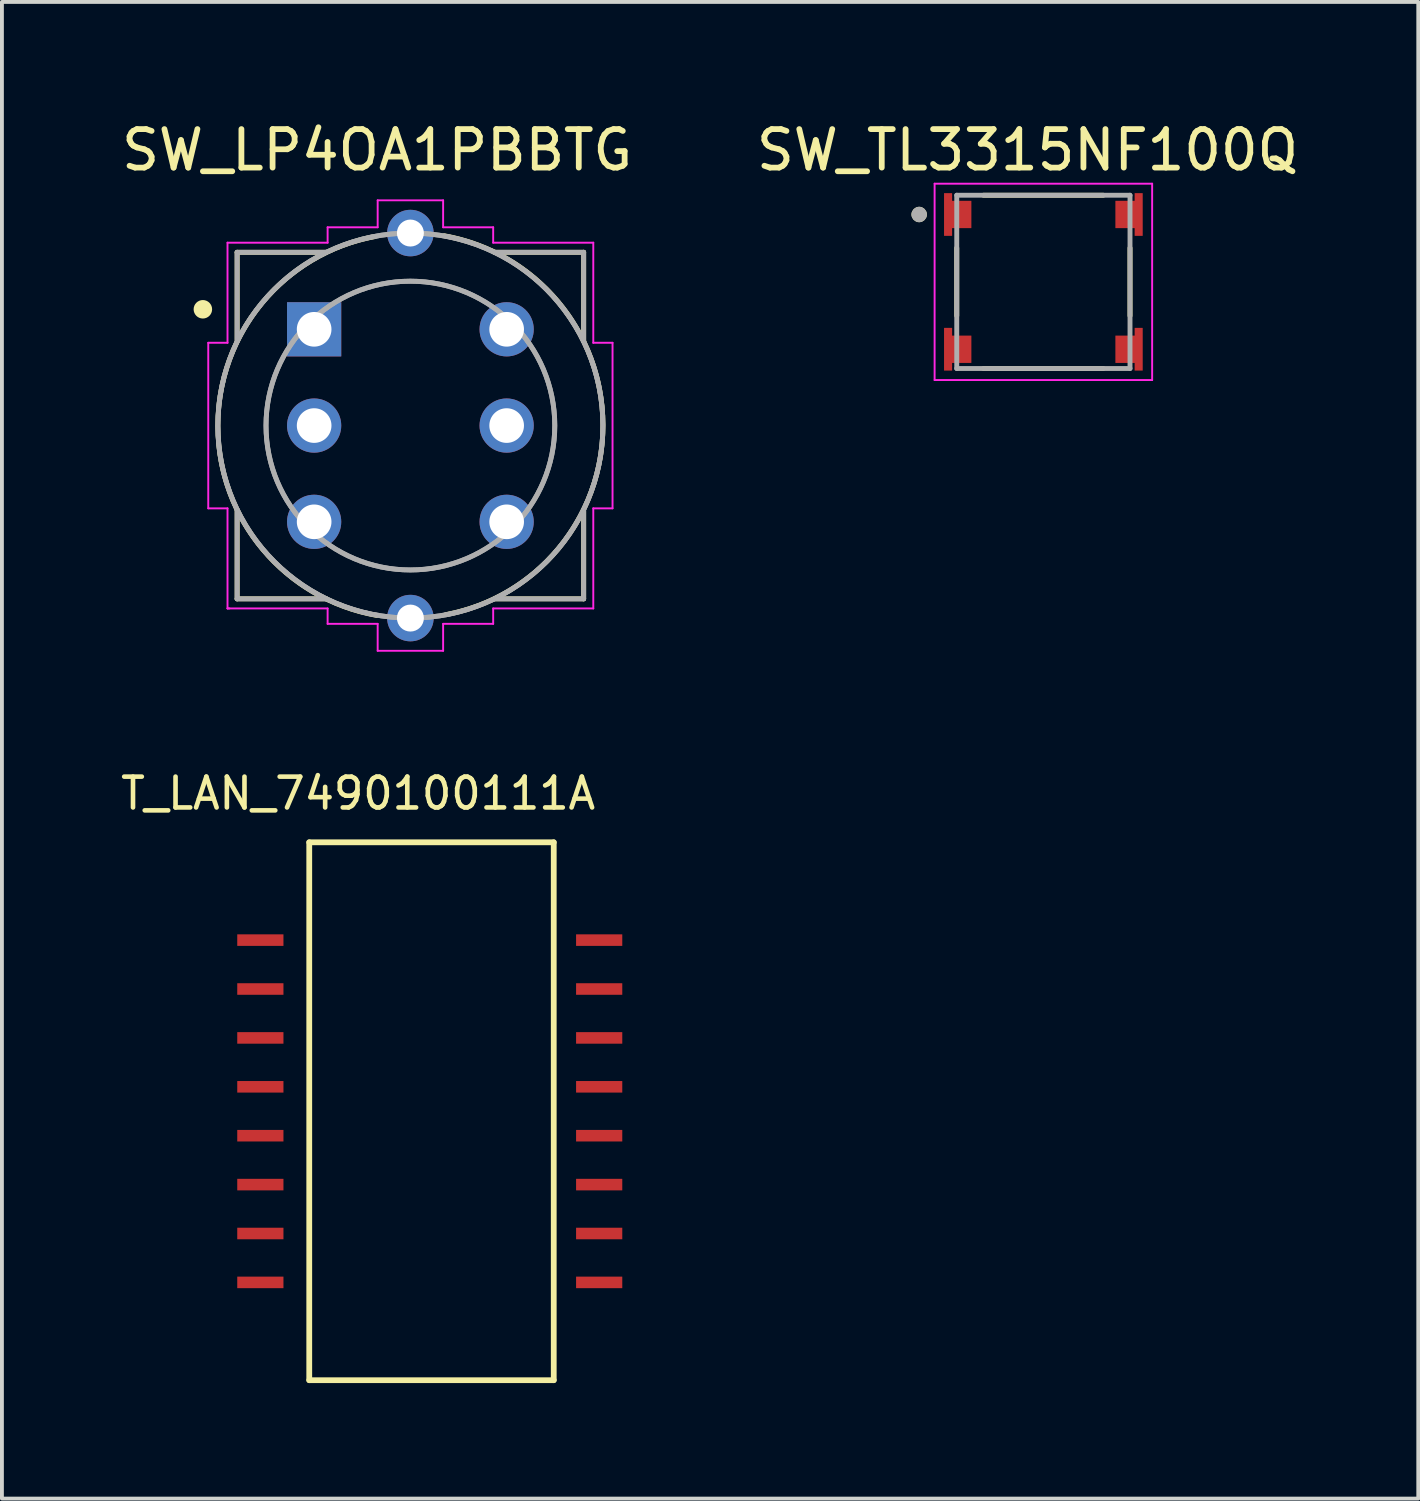
<source format=kicad_pcb>
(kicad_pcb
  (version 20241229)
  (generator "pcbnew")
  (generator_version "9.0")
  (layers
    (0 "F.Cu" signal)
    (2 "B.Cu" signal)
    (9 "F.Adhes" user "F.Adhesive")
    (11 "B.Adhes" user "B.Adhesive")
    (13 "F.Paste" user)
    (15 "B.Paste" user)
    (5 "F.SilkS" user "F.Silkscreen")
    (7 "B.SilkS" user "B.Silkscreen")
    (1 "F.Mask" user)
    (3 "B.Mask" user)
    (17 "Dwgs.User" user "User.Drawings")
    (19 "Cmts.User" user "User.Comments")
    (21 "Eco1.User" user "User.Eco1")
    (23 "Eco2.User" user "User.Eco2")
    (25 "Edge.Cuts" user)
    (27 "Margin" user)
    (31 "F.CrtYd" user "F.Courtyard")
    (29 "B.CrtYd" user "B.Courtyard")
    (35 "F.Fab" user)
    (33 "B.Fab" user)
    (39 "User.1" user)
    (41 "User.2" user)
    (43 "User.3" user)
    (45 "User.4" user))
  (footprint "SW_LP4OA1PBBTG"
    (layer "F.Cu")
    (at 7.609 8.003)
    (property "Reference" "SW_LP4OA1PBBTG" (at -0.865 -7.155 0) (layer "F.SilkS") (effects (font (size 1 1) (thickness 0.15))))
    (attr through_hole)
    (fp_line (start -4.5 -4.5) (end -2.19 -4.5) (stroke (width 0.127) (type solid)) (layer "F.SilkS"))
    (fp_line (start -4.5 -2.23) (end -4.5 -4.5) (stroke (width 0.127) (type solid)) (layer "F.SilkS"))
    (fp_line (start -4.5 4.5) (end -4.5 2.19) (stroke (width 0.127) (type solid)) (layer "F.SilkS"))
    (fp_line (start -2.18 4.5) (end -4.5 4.5) (stroke (width 0.127) (type solid)) (layer "F.SilkS"))
    (fp_line (start 2.18 -4.5) (end 4.5 -4.5) (stroke (width 0.127) (type solid)) (layer "F.SilkS"))
    (fp_line (start 4.5 -4.5) (end 4.5 -2.19) (stroke (width 0.127) (type solid)) (layer "F.SilkS"))
    (fp_line (start 4.5 2.23) (end 4.5 4.5) (stroke (width 0.127) (type solid)) (layer "F.SilkS"))
    (fp_line (start 4.5 4.5) (end 2.19 4.5) (stroke (width 0.127) (type solid)) (layer "F.SilkS"))
    (fp_arc (start -0.879999 4.929999) (mid -5.001626 0.026673) (end -0.92 -4.91) (stroke (width 0.127) (type solid)) (layer "F.SilkS"))
    (fp_arc (start 0.879999 -4.929999) (mid 5.001626 -0.026673) (end 0.92 4.91) (stroke (width 0.127) (type solid)) (layer "F.SilkS"))
    (fp_circle (center -5.39 -3.02) (end -5.27 -3.02) (stroke (width 0.24) (type solid)) (fill no) (layer "F.SilkS"))
    (fp_line (start -5.25 -2.15) (end -4.75 -2.15) (stroke (width 0.05) (type solid)) (layer "F.CrtYd"))
    (fp_line (start -5.25 2.15) (end -5.25 -2.15) (stroke (width 0.05) (type solid)) (layer "F.CrtYd"))
    (fp_line (start -4.75 -4.75) (end -2.15 -4.75) (stroke (width 0.05) (type solid)) (layer "F.CrtYd"))
    (fp_line (start -4.75 -2.15) (end -4.75 -4.75) (stroke (width 0.05) (type solid)) (layer "F.CrtYd"))
    (fp_line (start -4.75 2.15) (end -5.25 2.15) (stroke (width 0.05) (type solid)) (layer "F.CrtYd"))
    (fp_line (start -4.75 4.75) (end -4.75 2.15) (stroke (width 0.05) (type solid)) (layer "F.CrtYd"))
    (fp_line (start -4.75 4.75) (end -4.7 4.75) (stroke (width 0.05) (type solid)) (layer "F.CrtYd"))
    (fp_line (start -2.15 -5.15) (end -0.85 -5.15) (stroke (width 0.05) (type solid)) (layer "F.CrtYd"))
    (fp_line (start -2.15 -4.75) (end -2.15 -5.15) (stroke (width 0.05) (type solid)) (layer "F.CrtYd"))
    (fp_line (start -2.15 4.75) (end -4.75 4.75) (stroke (width 0.05) (type solid)) (layer "F.CrtYd"))
    (fp_line (start -2.15 5.15) (end -2.15 4.75) (stroke (width 0.05) (type solid)) (layer "F.CrtYd"))
    (fp_line (start -0.85 -5.85) (end 0.85 -5.85) (stroke (width 0.05) (type solid)) (layer "F.CrtYd"))
    (fp_line (start -0.85 -5.15) (end -0.85 -5.85) (stroke (width 0.05) (type solid)) (layer "F.CrtYd"))
    (fp_line (start -0.85 5.15) (end -2.15 5.15) (stroke (width 0.05) (type solid)) (layer "F.CrtYd"))
    (fp_line (start -0.85 5.85) (end -0.85 5.15) (stroke (width 0.05) (type solid)) (layer "F.CrtYd"))
    (fp_line (start 0.85 -5.85) (end 0.85 -5.15) (stroke (width 0.05) (type solid)) (layer "F.CrtYd"))
    (fp_line (start 0.85 -5.15) (end 2.15 -5.15) (stroke (width 0.05) (type solid)) (layer "F.CrtYd"))
    (fp_line (start 0.85 5.15) (end 0.85 5.85) (stroke (width 0.05) (type solid)) (layer "F.CrtYd"))
    (fp_line (start 0.85 5.85) (end -0.85 5.85) (stroke (width 0.05) (type solid)) (layer "F.CrtYd"))
    (fp_line (start 2.15 -5.15) (end 2.15 -4.75) (stroke (width 0.05) (type solid)) (layer "F.CrtYd"))
    (fp_line (start 2.15 -4.75) (end 4.75 -4.75) (stroke (width 0.05) (type solid)) (layer "F.CrtYd"))
    (fp_line (start 2.15 4.75) (end 2.15 5.15) (stroke (width 0.05) (type solid)) (layer "F.CrtYd"))
    (fp_line (start 2.15 5.15) (end 0.85 5.15) (stroke (width 0.05) (type solid)) (layer "F.CrtYd"))
    (fp_line (start 4.75 -4.75) (end 4.75 -2.15) (stroke (width 0.05) (type solid)) (layer "F.CrtYd"))
    (fp_line (start 4.75 -2.15) (end 5.25 -2.15) (stroke (width 0.05) (type solid)) (layer "F.CrtYd"))
    (fp_line (start 4.75 2.15) (end 4.75 4.75) (stroke (width 0.05) (type solid)) (layer "F.CrtYd"))
    (fp_line (start 4.75 4.75) (end 2.15 4.75) (stroke (width 0.05) (type solid)) (layer "F.CrtYd"))
    (fp_line (start 5.25 -2.15) (end 5.25 2.15) (stroke (width 0.05) (type solid)) (layer "F.CrtYd"))
    (fp_line (start 5.25 2.15) (end 4.75 2.15) (stroke (width 0.05) (type solid)) (layer "F.CrtYd"))
    (fp_line (start -4.5 -4.5) (end -2.19 -4.5) (stroke (width 0.127) (type solid)) (layer "F.Fab"))
    (fp_line (start -4.5 -2.19) (end -4.5 -4.5) (stroke (width 0.127) (type solid)) (layer "F.Fab"))
    (fp_line (start -4.5 2.19) (end -4.5 4.5) (stroke (width 0.127) (type solid)) (layer "F.Fab"))
    (fp_line (start -4.5 4.5) (end -2.19 4.5) (stroke (width 0.127) (type solid)) (layer "F.Fab"))
    (fp_line (start 2.19 -4.5) (end 4.5 -4.5) (stroke (width 0.127) (type solid)) (layer "F.Fab"))
    (fp_line (start 2.19 4.5) (end 4.5 4.5) (stroke (width 0.127) (type solid)) (layer "F.Fab"))
    (fp_line (start 4.5 -4.5) (end 4.5 -2.19) (stroke (width 0.127) (type solid)) (layer "F.Fab"))
    (fp_line (start 4.5 4.5) (end 4.5 2.19) (stroke (width 0.127) (type solid)) (layer "F.Fab"))
    (fp_circle (center 0 0) (end 3.75 0) (stroke (width 0.127) (type solid)) (fill no) (layer "F.Fab"))
    (fp_circle (center 0 0) (end 3.75 0) (stroke (width 0.127) (type solid)) (fill no) (layer "F.Fab"))
    (fp_circle (center 0 0) (end 5 0) (stroke (width 0.127) (type solid)) (fill no) (layer "F.Fab"))
    (fp_circle (center 0 0) (end 5 0) (stroke (width 0.127) (type solid)) (fill no) (layer "F.Fab"))
    (pad "1" thru_hole rect (at -2.5 -2.5) (size 1.408 1.408) (drill 0.9) (layers "*.Cu" "*.Mask"))
    (pad "2" thru_hole circle (at -2.5 0) (size 1.408 1.408) (drill 0.9) (layers "*.Cu" "*.Mask"))
    (pad "3" thru_hole circle (at -2.5 2.5) (size 1.408 1.408) (drill 0.9) (layers "*.Cu" "*.Mask"))
    (pad "4" thru_hole circle (at 2.5 -2.5) (size 1.408 1.408) (drill 0.9) (layers "*.Cu" "*.Mask"))
    (pad "5" thru_hole circle (at 2.5 0) (size 1.408 1.408) (drill 0.9) (layers "*.Cu" "*.Mask"))
    (pad "6" thru_hole circle (at 2.5 2.5) (size 1.408 1.408) (drill 0.9) (layers "*.Cu" "*.Mask"))
    (pad "L1" thru_hole circle (at 0 -5) (size 1.208 1.208) (drill 0.7) (layers "*.Cu" "*.Mask"))
    (pad "L2" thru_hole circle (at 0 5) (size 1.208 1.208) (drill 0.7) (layers "*.Cu" "*.Mask")))
  (footprint "T_LAN_7490100111A"
    (layer "F.Cu")
    (at 3.712 21.367)
    (property "Reference" "T_LAN_7490100111A" (at 2.54 -3.81 0) (layer "F.SilkS") (effects (font (size 0.8 0.8) (thickness 0.12))))
    (attr through_hole)
    (fp_line (start 1.27 -2.54) (end 7.62 -2.54) (stroke (width 0.15) (type solid)) (layer "F.SilkS"))
    (fp_line (start 1.27 11.43) (end 1.27 -2.54) (stroke (width 0.15) (type solid)) (layer "F.SilkS"))
    (fp_line (start 7.62 -2.54) (end 7.62 11.43) (stroke (width 0.15) (type solid)) (layer "F.SilkS"))
    (fp_line (start 7.62 11.43) (end 1.27 11.43) (stroke (width 0.15) (type solid)) (layer "F.SilkS"))
    (pad "1" smd rect (at 0 0) (size 1.2 0.3) (layers "F.Cu" "F.Mask" "F.Paste"))
    (pad "2" smd rect (at 0 1.27) (size 1.2 0.3) (layers "F.Cu" "F.Mask" "F.Paste"))
    (pad "3" smd rect (at 0 2.54) (size 1.2 0.3) (layers "F.Cu" "F.Mask" "F.Paste"))
    (pad "4" smd rect (at 0 3.81) (size 1.2 0.3) (layers "F.Cu" "F.Mask" "F.Paste"))
    (pad "5" smd rect (at 0 5.08) (size 1.2 0.3) (layers "F.Cu" "F.Mask" "F.Paste"))
    (pad "6" smd rect (at 0 6.35) (size 1.2 0.3) (layers "F.Cu" "F.Mask" "F.Paste"))
    (pad "7" smd rect (at 0 7.62) (size 1.2 0.3) (layers "F.Cu" "F.Mask" "F.Paste"))
    (pad "8" smd rect (at 0 8.89) (size 1.2 0.3) (layers "F.Cu" "F.Mask" "F.Paste"))
    (pad "9" smd rect (at 8.8 8.89) (size 1.2 0.3) (layers "F.Cu" "F.Mask" "F.Paste"))
    (pad "10" smd rect (at 8.8 7.62) (size 1.2 0.3) (layers "F.Cu" "F.Mask" "F.Paste"))
    (pad "11" smd rect (at 8.8 6.35) (size 1.2 0.3) (layers "F.Cu" "F.Mask" "F.Paste"))
    (pad "12" smd rect (at 8.8 5.08) (size 1.2 0.3) (layers "F.Cu" "F.Mask" "F.Paste"))
    (pad "13" smd rect (at 8.8 3.81) (size 1.2 0.3) (layers "F.Cu" "F.Mask" "F.Paste"))
    (pad "14" smd rect (at 8.8 2.54) (size 1.2 0.3) (layers "F.Cu" "F.Mask" "F.Paste"))
    (pad "15" smd rect (at 8.8 1.27) (size 1.2 0.3) (layers "F.Cu" "F.Mask" "F.Paste"))
    (pad "16" smd rect (at 8.8 0) (size 1.2 0.3) (layers "F.Cu" "F.Mask" "F.Paste")))
  (footprint "SW_TL3315NF100Q"
    (layer "F.Cu")
    (at 24.049 4.271)
    (property "Reference" "SW_TL3315NF100Q" (at -0.412 -3.423 0) (layer "F.SilkS") (effects (font (size 1 1) (thickness 0.15))))
    (attr through_hole)
    (fp_poly (pts (xy -2.675 -2.4) (xy -2.675 -1.1) (xy -2.275 -1.1) (xy -2.275 -1.3) (xy -1.775 -1.3) (xy -1.775 -2.2) (xy -2.275 -2.2) (xy -2.275 -2.4)) (stroke (width 0.01) (type solid)) (fill yes) (layer "F.Mask"))
    (fp_poly (pts (xy -2.275 2.4) (xy -2.675 2.4) (xy -2.675 1.1) (xy -2.275 1.1) (xy -2.275 1.3) (xy -1.775 1.3) (xy -1.775 2.2) (xy -2.275 2.2)) (stroke (width 0.01) (type solid)) (fill yes) (layer "F.Mask"))
    (fp_poly (pts (xy 2.275 -1.3) (xy 1.775 -1.3) (xy 1.775 -2.2) (xy 2.275 -2.2) (xy 2.275 -2.4) (xy 2.675 -2.4) (xy 2.675 -1.1) (xy 2.275 -1.1)) (stroke (width 0.01) (type solid)) (fill yes) (layer "F.Mask"))
    (fp_poly (pts (xy 2.275 2.2) (xy 1.775 2.2) (xy 1.775 1.3) (xy 2.275 1.3) (xy 2.275 1.1) (xy 2.675 1.1) (xy 2.675 2.4) (xy 2.275 2.4)) (stroke (width 0.01) (type solid)) (fill yes) (layer "F.Mask"))
    (fp_line (start -2.25 -0.88) (end -2.25 0.88) (stroke (width 0.127) (type solid)) (layer "F.SilkS"))
    (fp_line (start -1.555 -2.25) (end 1.555 -2.25) (stroke (width 0.127) (type solid)) (layer "F.SilkS"))
    (fp_line (start -1.555 2.25) (end 1.555 2.25) (stroke (width 0.127) (type solid)) (layer "F.SilkS"))
    (fp_line (start 2.25 -0.88) (end 2.25 0.88) (stroke (width 0.127) (type solid)) (layer "F.SilkS"))
    (fp_circle (center -3.226 -1.75) (end -3.126 -1.75) (stroke (width 0.2) (type solid)) (fill no) (layer "F.SilkS"))
    (fp_poly (pts (xy -2.375 -1.2) (xy -2.575 -1.2) (xy -2.575 -2.3) (xy -2.375 -2.3) (xy -2.375 -2.1) (xy -1.875 -2.1) (xy -1.875 -1.4) (xy -2.375 -1.4)) (stroke (width 0.01) (type solid)) (fill yes) (layer "F.Paste"))
    (fp_poly (pts (xy -2.375 2.3) (xy -2.575 2.3) (xy -2.575 1.2) (xy -2.375 1.2) (xy -2.375 1.4) (xy -1.875 1.4) (xy -1.875 2.1) (xy -2.375 2.1)) (stroke (width 0.01) (type solid)) (fill yes) (layer "F.Paste"))
    (fp_poly (pts (xy 2.375 -1.4) (xy 1.875 -1.4) (xy 1.875 -2.1) (xy 2.375 -2.1) (xy 2.375 -2.3) (xy 2.575 -2.3) (xy 2.575 -1.2) (xy 2.375 -1.2)) (stroke (width 0.01) (type solid)) (fill yes) (layer "F.Paste"))
    (fp_poly (pts (xy 2.375 2.1) (xy 1.875 2.1) (xy 1.875 1.4) (xy 2.375 1.4) (xy 2.375 1.2) (xy 2.575 1.2) (xy 2.575 2.3) (xy 2.375 2.3)) (stroke (width 0.01) (type solid)) (fill yes) (layer "F.Paste"))
    (fp_line (start -2.825 -2.55) (end -2.825 2.55) (stroke (width 0.05) (type solid)) (layer "F.CrtYd"))
    (fp_line (start -2.825 2.55) (end 2.825 2.55) (stroke (width 0.05) (type solid)) (layer "F.CrtYd"))
    (fp_line (start 2.825 -2.55) (end -2.825 -2.55) (stroke (width 0.05) (type solid)) (layer "F.CrtYd"))
    (fp_line (start 2.825 2.55) (end 2.825 -2.55) (stroke (width 0.05) (type solid)) (layer "F.CrtYd"))
    (fp_line (start -2.25 -2.25) (end 2.25 -2.25) (stroke (width 0.127) (type solid)) (layer "F.Fab"))
    (fp_line (start -2.25 2.25) (end -2.25 -2.25) (stroke (width 0.127) (type solid)) (layer "F.Fab"))
    (fp_line (start 2.25 -2.25) (end 2.25 2.25) (stroke (width 0.127) (type solid)) (layer "F.Fab"))
    (fp_line (start 2.25 2.25) (end -2.25 2.25) (stroke (width 0.127) (type solid)) (layer "F.Fab"))
    (fp_circle (center -3.226 -1.75) (end -3.126 -1.75) (stroke (width 0.2) (type solid)) (fill no) (layer "F.Fab"))
    (pad "1" smd custom (at -2.23 -1.75) (size 0.5 0.5) (layers "F.Cu") (options (anchor rect)) (primitives (gr_poly (pts (xy -0.145 0.55) (xy -0.345 0.55) (xy -0.345 -0.55) (xy -0.145 -0.55) (xy -0.145 -0.35) (xy 0.355 -0.35) (xy 0.355 0.35) (xy -0.145 0.35)) (width 0.01) (fill yes))))
    (pad "2" smd custom (at 2.23 -1.75) (size 0.5 0.5) (layers "F.Cu") (options (anchor rect)) (primitives (gr_poly (pts (xy 0.145 0.35) (xy -0.355 0.35) (xy -0.355 -0.35) (xy 0.145 -0.35) (xy 0.145 -0.55) (xy 0.345 -0.55) (xy 0.345 0.55) (xy 0.145 0.55)) (width 0.01) (fill yes))))
    (pad "3" smd custom (at -2.23 1.75) (size 0.5 0.5) (layers "F.Cu") (options (anchor rect)) (primitives (gr_poly (pts (xy -0.145 0.55) (xy -0.345 0.55) (xy -0.345 -0.55) (xy -0.145 -0.55) (xy -0.145 -0.35) (xy 0.355 -0.35) (xy 0.355 0.35) (xy -0.145 0.35)) (width 0.01) (fill yes))))
    (pad "4" smd custom (at 2.23 1.75) (size 0.5 0.5) (layers "F.Cu") (options (anchor rect)) (primitives (gr_poly (pts (xy 0.145 0.35) (xy -0.355 0.35) (xy -0.355 -0.35) (xy 0.145 -0.35) (xy 0.145 -0.55) (xy 0.345 -0.55) (xy 0.345 0.55) (xy 0.145 0.55)) (width 0.01) (fill yes)))))
  (gr_rect
    (start -3 -3)
    (end 33.786 35.872)
    (stroke (width 0.1) (type default))
    (fill no)
    (layer "Edge.Cuts")))
</source>
